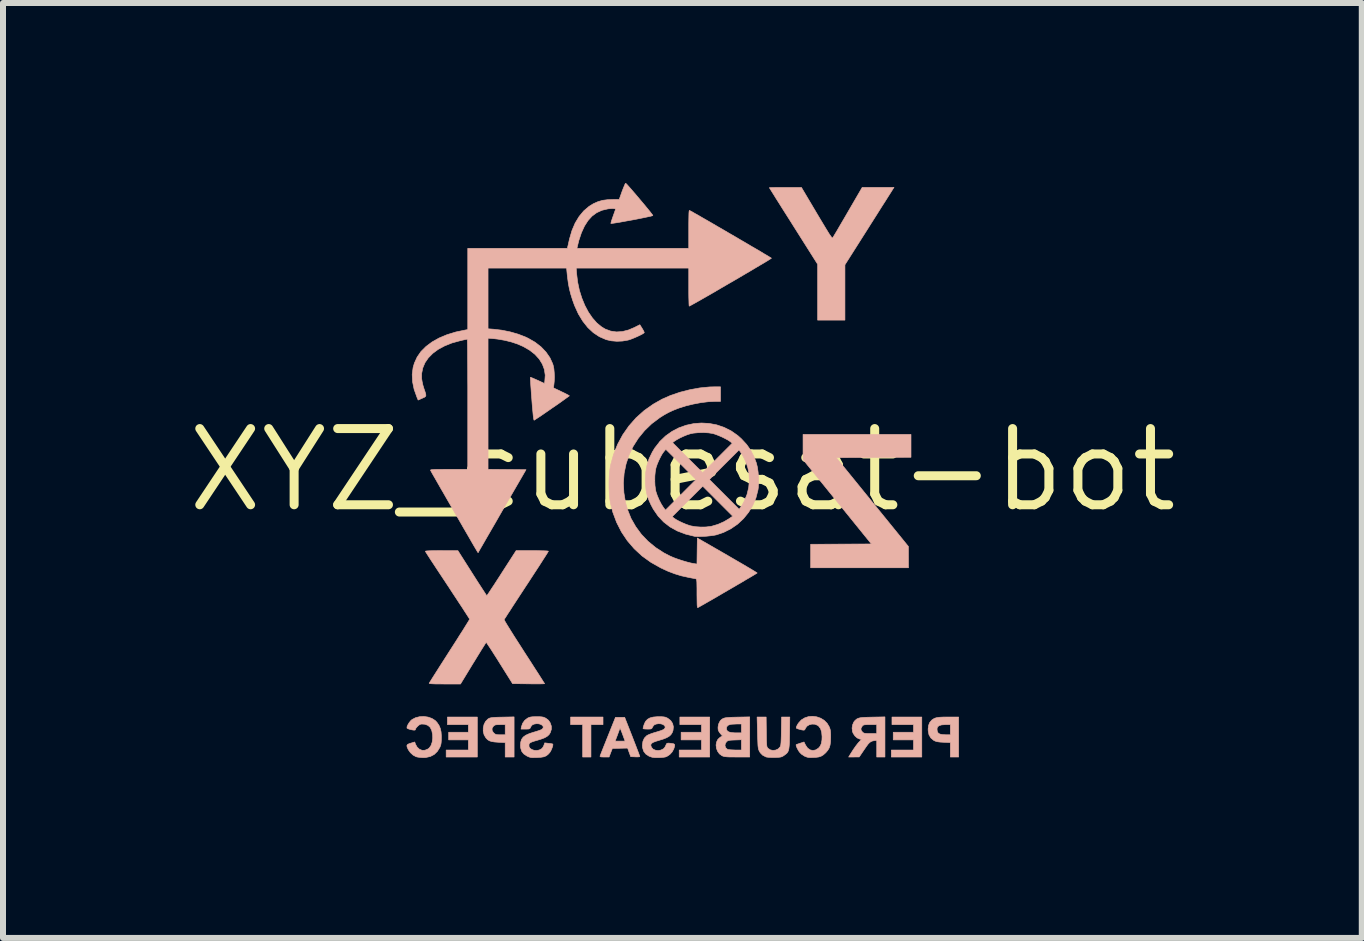
<source format=kicad_pcb>
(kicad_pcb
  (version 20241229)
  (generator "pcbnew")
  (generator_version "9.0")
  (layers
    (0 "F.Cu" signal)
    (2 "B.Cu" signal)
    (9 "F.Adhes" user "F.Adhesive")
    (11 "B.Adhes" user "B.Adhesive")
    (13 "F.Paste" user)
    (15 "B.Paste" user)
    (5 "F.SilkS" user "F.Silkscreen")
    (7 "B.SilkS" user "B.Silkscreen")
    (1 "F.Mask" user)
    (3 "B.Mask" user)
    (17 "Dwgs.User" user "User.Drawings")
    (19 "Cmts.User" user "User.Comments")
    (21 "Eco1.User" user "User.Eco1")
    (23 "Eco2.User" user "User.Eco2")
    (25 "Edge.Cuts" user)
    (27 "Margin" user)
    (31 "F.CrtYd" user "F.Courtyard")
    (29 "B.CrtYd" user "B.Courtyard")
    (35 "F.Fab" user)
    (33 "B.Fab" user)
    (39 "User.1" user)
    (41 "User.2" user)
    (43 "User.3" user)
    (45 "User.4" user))
  (footprint "XYZ_cubesat-bot"
    (layer "F.Cu")
    (at 8.323 4.783)
    (property "Reference" "XYZ_cubesat-bot" (at 0 0 0) (layer "F.SilkS") (effects (font (size 1.27 1.27) (thickness 0.15))))
    (attr through_hole board_only exclude_from_pos_files exclude_from_bom)
    (fp_poly (pts (xy -1.323 4.244) (xy -1.524 4.244) (xy -1.524 4.784) (xy -1.662 4.784) (xy -1.662 4.244) (xy -1.863 4.244) (xy -1.863 4.117) (xy -1.323 4.117) (xy -1.323 4.244)) (stroke (width 0.01) (type solid)) (fill yes) (layer "B.SilkS"))
    (fp_poly (pts (xy -3.418 4.784) (xy -3.937 4.784) (xy -3.937 4.667) (xy -3.567 4.667) (xy -3.567 4.498) (xy -3.895 4.498) (xy -3.895 4.371) (xy -3.567 4.371) (xy -3.567 4.244) (xy -3.916 4.244) (xy -3.916 4.117) (xy -3.418 4.117) (xy -3.418 4.784)) (stroke (width 0.01) (type solid)) (fill yes) (layer "B.SilkS"))
    (fp_poly (pts (xy 0.455 4.784) (xy -0.053 4.784) (xy -0.053 4.667) (xy 0.318 4.667) (xy 0.318 4.498) (xy -0.021 4.498) (xy -0.021 4.371) (xy 0.318 4.371) (xy 0.318 4.244) (xy -0.042 4.244) (xy -0.042 4.117) (xy 0.455 4.117) (xy 0.455 4.784)) (stroke (width 0.01) (type solid)) (fill yes) (layer "B.SilkS"))
    (fp_poly (pts (xy 3.81 -0.212) (xy 3.187 -0.209) (xy 2.564 -0.206) (xy 3.165 0.534) (xy 3.767 1.275) (xy 3.768 1.63) (xy 2.138 1.63) (xy 2.138 1.238) (xy 3.15 1.233) (xy 2.011 -0.173) (xy 2.011 -0.593) (xy 3.81 -0.593) (xy 3.81 -0.212)) (stroke (width 0.01) (type solid)) (fill yes) (layer "B.SilkS"))
    (fp_poly (pts (xy 3.99 4.784) (xy 3.482 4.784) (xy 3.482 4.667) (xy 3.852 4.667) (xy 3.852 4.498) (xy 3.514 4.498) (xy 3.514 4.371) (xy 3.852 4.371) (xy 3.852 4.244) (xy 3.493 4.244) (xy 3.493 4.117) (xy 3.99 4.117) (xy 3.99 4.784)) (stroke (width 0.01) (type solid)) (fill yes) (layer "B.SilkS"))
    (fp_poly (pts (xy 4.604 4.784) (xy 4.466 4.784) (xy 4.466 4.543) (xy 4.35 4.538) (xy 4.296 4.535) (xy 4.257 4.53) (xy 4.229 4.524) (xy 4.204 4.514) (xy 4.187 4.505) (xy 4.141 4.466) (xy 4.11 4.414) (xy 4.097 4.349) (xy 4.096 4.325) (xy 4.096 4.319) (xy 4.244 4.319) (xy 4.248 4.357) (xy 4.263 4.384) (xy 4.29 4.401) (xy 4.333 4.41) (xy 4.389 4.413) (xy 4.466 4.413) (xy 4.466 4.244) (xy 4.383 4.244) (xy 4.322 4.248) (xy 4.28 4.26) (xy 4.254 4.281) (xy 4.244 4.311) (xy 4.244 4.319) (xy 4.096 4.319) (xy 4.102 4.26) (xy 4.121 4.21) (xy 4.155 4.17) (xy 4.158 4.167) (xy 4.182 4.15) (xy 4.209 4.136) (xy 4.242 4.127) (xy 4.285 4.121) (xy 4.341 4.118) (xy 4.414 4.117) (xy 4.437 4.117) (xy 4.604 4.117) (xy 4.604 4.784)) (stroke (width 0.01) (type solid)) (fill yes) (layer "B.SilkS"))
    (fp_poly (pts (xy -2.805 4.784) (xy -2.953 4.784) (xy -2.953 4.543) (xy -3.067 4.538) (xy -3.132 4.533) (xy -3.181 4.525) (xy -3.217 4.513) (xy -3.247 4.494) (xy -3.273 4.467) (xy -3.274 4.466) (xy -3.304 4.416) (xy -3.319 4.359) (xy -3.319 4.338) (xy -3.172 4.338) (xy -3.152 4.374) (xy -3.144 4.382) (xy -3.126 4.398) (xy -3.109 4.407) (xy -3.086 4.412) (xy -3.05 4.413) (xy -3.033 4.413) (xy -2.953 4.413) (xy -2.953 4.244) (xy -3.038 4.244) (xy -3.082 4.245) (xy -3.11 4.247) (xy -3.129 4.254) (xy -3.145 4.266) (xy -3.149 4.27) (xy -3.171 4.303) (xy -3.172 4.338) (xy -3.319 4.338) (xy -3.319 4.299) (xy -3.306 4.241) (xy -3.28 4.19) (xy -3.241 4.151) (xy -3.225 4.141) (xy -3.209 4.134) (xy -3.187 4.129) (xy -3.157 4.125) (xy -3.115 4.122) (xy -3.057 4.12) (xy -2.998 4.119) (xy -2.805 4.115) (xy -2.805 4.784)) (stroke (width 0.01) (type solid)) (fill yes) (layer "B.SilkS"))
    (fp_poly (pts (xy -0.835 4.445) (xy -0.805 4.523) (xy -0.777 4.595) (xy -0.753 4.658) (xy -0.733 4.71) (xy -0.719 4.748) (xy -0.711 4.771) (xy -0.709 4.776) (xy -0.719 4.78) (xy -0.744 4.782) (xy -0.78 4.782) (xy -0.785 4.781) (xy -0.861 4.778) (xy -0.887 4.707) (xy -0.913 4.635) (xy -1.04 4.638) (xy -1.167 4.641) (xy -1.195 4.712) (xy -1.222 4.784) (xy -1.3 4.784) (xy -1.34 4.783) (xy -1.362 4.781) (xy -1.372 4.776) (xy -1.372 4.767) (xy -1.371 4.765) (xy -1.366 4.751) (xy -1.354 4.72) (xy -1.336 4.674) (xy -1.313 4.616) (xy -1.286 4.549) (xy -1.274 4.519) (xy -1.121 4.519) (xy -0.955 4.519) (xy -0.994 4.413) (xy -1.01 4.37) (xy -1.024 4.335) (xy -1.034 4.313) (xy -1.038 4.307) (xy -1.045 4.316) (xy -1.054 4.338) (xy -1.055 4.342) (xy -1.065 4.369) (xy -1.079 4.408) (xy -1.094 4.448) (xy -1.121 4.519) (xy -1.274 4.519) (xy -1.256 4.474) (xy -1.24 4.434) (xy -1.115 4.122) (xy -0.962 4.122) (xy -0.835 4.445)) (stroke (width 0.01) (type solid)) (fill yes) (layer "B.SilkS"))
    (fp_poly (pts (xy 3.511 -4.686) (xy 3.503 -4.673) (xy 3.485 -4.644) (xy 3.457 -4.6) (xy 3.421 -4.543) (xy 3.377 -4.473) (xy 3.326 -4.394) (xy 3.27 -4.305) (xy 3.21 -4.21) (xy 3.145 -4.108) (xy 3.103 -4.041) (xy 2.709 -3.42) (xy 2.709 -2.498) (xy 2.254 -2.498) (xy 2.254 -3.429) (xy 1.852 -4.065) (xy 1.786 -4.17) (xy 1.723 -4.269) (xy 1.664 -4.362) (xy 1.611 -4.447) (xy 1.563 -4.522) (xy 1.523 -4.587) (xy 1.491 -4.638) (xy 1.467 -4.676) (xy 1.453 -4.699) (xy 1.45 -4.705) (xy 1.46 -4.706) (xy 1.488 -4.707) (xy 1.532 -4.708) (xy 1.589 -4.709) (xy 1.656 -4.709) (xy 1.717 -4.709) (xy 1.984 -4.709) (xy 2.238 -4.281) (xy 2.298 -4.18) (xy 2.348 -4.097) (xy 2.389 -4.029) (xy 2.422 -3.975) (xy 2.448 -3.933) (xy 2.468 -3.904) (xy 2.483 -3.884) (xy 2.493 -3.872) (xy 2.5 -3.868) (xy 2.505 -3.869) (xy 2.506 -3.87) (xy 2.514 -3.883) (xy 2.531 -3.912) (xy 2.557 -3.955) (xy 2.59 -4.011) (xy 2.629 -4.078) (xy 2.673 -4.153) (xy 2.721 -4.235) (xy 2.758 -4.299) (xy 2.997 -4.71) (xy 3.527 -4.71) (xy 3.511 -4.686)) (stroke (width 0.01) (type solid)) (fill yes) (layer "B.SilkS"))
    (fp_poly (pts (xy 1.399 4.365) (xy 1.4 4.443) (xy 1.401 4.504) (xy 1.403 4.549) (xy 1.405 4.581) (xy 1.408 4.603) (xy 1.412 4.618) (xy 1.418 4.628) (xy 1.425 4.637) (xy 1.427 4.639) (xy 1.464 4.664) (xy 1.508 4.674) (xy 1.555 4.668) (xy 1.596 4.649) (xy 1.626 4.618) (xy 1.633 4.606) (xy 1.638 4.591) (xy 1.641 4.569) (xy 1.644 4.537) (xy 1.646 4.493) (xy 1.648 4.433) (xy 1.649 4.356) (xy 1.649 4.353) (xy 1.653 4.117) (xy 1.79 4.117) (xy 1.787 4.384) (xy 1.785 4.474) (xy 1.784 4.545) (xy 1.78 4.6) (xy 1.775 4.642) (xy 1.768 4.674) (xy 1.757 4.699) (xy 1.742 4.719) (xy 1.723 4.736) (xy 1.698 4.754) (xy 1.695 4.757) (xy 1.673 4.771) (xy 1.653 4.78) (xy 1.63 4.786) (xy 1.598 4.789) (xy 1.551 4.791) (xy 1.537 4.791) (xy 1.484 4.791) (xy 1.438 4.789) (xy 1.404 4.785) (xy 1.392 4.782) (xy 1.337 4.753) (xy 1.298 4.713) (xy 1.281 4.684) (xy 1.274 4.668) (xy 1.268 4.65) (xy 1.264 4.628) (xy 1.26 4.598) (xy 1.258 4.558) (xy 1.256 4.505) (xy 1.253 4.436) (xy 1.252 4.377) (xy 1.245 4.117) (xy 1.396 4.117) (xy 1.399 4.365)) (stroke (width 0.01) (type solid)) (fill yes) (layer "B.SilkS"))
    (fp_poly (pts (xy 3.376 4.784) (xy 3.239 4.784) (xy 3.239 4.506) (xy 3.196 4.511) (xy 3.167 4.517) (xy 3.143 4.527) (xy 3.12 4.543) (xy 3.095 4.569) (xy 3.066 4.608) (xy 3.029 4.662) (xy 3.026 4.666) (xy 2.947 4.783) (xy 2.771 4.784) (xy 2.795 4.744) (xy 2.847 4.662) (xy 2.894 4.595) (xy 2.935 4.543) (xy 2.944 4.534) (xy 2.986 4.49) (xy 2.954 4.484) (xy 2.913 4.466) (xy 2.876 4.433) (xy 2.847 4.39) (xy 2.834 4.358) (xy 2.829 4.305) (xy 2.977 4.305) (xy 2.978 4.336) (xy 3 4.366) (xy 3 4.366) (xy 3.013 4.378) (xy 3.028 4.386) (xy 3.049 4.39) (xy 3.082 4.392) (xy 3.13 4.392) (xy 3.132 4.392) (xy 3.239 4.392) (xy 3.239 4.244) (xy 3.128 4.244) (xy 3.079 4.244) (xy 3.045 4.246) (xy 3.024 4.249) (xy 3.011 4.256) (xy 3 4.266) (xy 2.996 4.272) (xy 2.977 4.305) (xy 2.829 4.305) (xy 2.828 4.302) (xy 2.837 4.247) (xy 2.858 4.199) (xy 2.871 4.182) (xy 2.891 4.163) (xy 2.91 4.148) (xy 2.933 4.138) (xy 2.962 4.13) (xy 3.001 4.125) (xy 3.053 4.122) (xy 3.121 4.12) (xy 3.167 4.119) (xy 3.376 4.115) (xy 3.376 4.784)) (stroke (width 0.01) (type solid)) (fill yes) (layer "B.SilkS"))
    (fp_poly (pts (xy -4.239 4.118) (xy -4.174 4.141) (xy -4.119 4.176) (xy -4.09 4.207) (xy -4.056 4.257) (xy -4.035 4.307) (xy -4.022 4.364) (xy -4.017 4.433) (xy -4.017 4.456) (xy -4.018 4.51) (xy -4.021 4.55) (xy -4.027 4.582) (xy -4.037 4.61) (xy -4.041 4.62) (xy -4.083 4.689) (xy -4.136 4.741) (xy -4.201 4.775) (xy -4.278 4.792) (xy -4.318 4.794) (xy -4.364 4.791) (xy -4.407 4.786) (xy -4.438 4.779) (xy -4.488 4.752) (xy -4.533 4.711) (xy -4.568 4.662) (xy -4.573 4.651) (xy -4.589 4.614) (xy -4.591 4.59) (xy -4.579 4.573) (xy -4.55 4.56) (xy -4.527 4.553) (xy -4.461 4.533) (xy -4.448 4.571) (xy -4.42 4.62) (xy -4.383 4.654) (xy -4.338 4.672) (xy -4.291 4.671) (xy -4.243 4.651) (xy -4.218 4.632) (xy -4.189 4.591) (xy -4.17 4.535) (xy -4.161 4.469) (xy -4.163 4.411) (xy -4.177 4.342) (xy -4.202 4.291) (xy -4.24 4.257) (xy -4.29 4.238) (xy -4.311 4.236) (xy -4.346 4.234) (xy -4.37 4.239) (xy -4.392 4.253) (xy -4.406 4.265) (xy -4.429 4.288) (xy -4.443 4.307) (xy -4.445 4.313) (xy -4.452 4.331) (xy -4.456 4.334) (xy -4.473 4.336) (xy -4.502 4.332) (xy -4.535 4.325) (xy -4.566 4.315) (xy -4.586 4.305) (xy -4.59 4.3) (xy -4.589 4.279) (xy -4.576 4.248) (xy -4.555 4.213) (xy -4.53 4.181) (xy -4.507 4.16) (xy -4.448 4.129) (xy -4.381 4.112) (xy -4.31 4.108) (xy -4.239 4.118)) (stroke (width 0.01) (type solid)) (fill yes) (layer "B.SilkS"))
    (fp_poly (pts (xy 1.122 4.784) (xy 0.913 4.784) (xy 0.84 4.783) (xy 0.784 4.783) (xy 0.744 4.781) (xy 0.714 4.778) (xy 0.692 4.774) (xy 0.674 4.768) (xy 0.661 4.763) (xy 0.617 4.731) (xy 0.586 4.687) (xy 0.567 4.637) (xy 0.563 4.596) (xy 0.71 4.596) (xy 0.722 4.629) (xy 0.748 4.653) (xy 0.755 4.657) (xy 0.775 4.661) (xy 0.811 4.664) (xy 0.855 4.666) (xy 0.881 4.667) (xy 0.984 4.667) (xy 0.984 4.496) (xy 0.874 4.5) (xy 0.823 4.502) (xy 0.788 4.505) (xy 0.765 4.51) (xy 0.749 4.518) (xy 0.736 4.529) (xy 0.715 4.561) (xy 0.71 4.596) (xy 0.563 4.596) (xy 0.561 4.585) (xy 0.57 4.534) (xy 0.592 4.489) (xy 0.629 4.455) (xy 0.632 4.453) (xy 0.667 4.432) (xy 0.635 4.396) (xy 0.614 4.368) (xy 0.599 4.34) (xy 0.597 4.333) (xy 0.595 4.312) (xy 0.733 4.312) (xy 0.735 4.323) (xy 0.748 4.348) (xy 0.774 4.366) (xy 0.816 4.376) (xy 0.875 4.381) (xy 0.892 4.381) (xy 0.984 4.381) (xy 0.984 4.233) (xy 0.913 4.233) (xy 0.869 4.235) (xy 0.827 4.237) (xy 0.801 4.24) (xy 0.763 4.254) (xy 0.739 4.28) (xy 0.733 4.312) (xy 0.595 4.312) (xy 0.594 4.286) (xy 0.603 4.235) (xy 0.624 4.192) (xy 0.624 4.191) (xy 0.641 4.169) (xy 0.66 4.153) (xy 0.682 4.14) (xy 0.712 4.131) (xy 0.751 4.126) (xy 0.805 4.122) (xy 0.874 4.12) (xy 0.918 4.119) (xy 1.122 4.115) (xy 1.122 4.784)) (stroke (width 0.01) (type solid)) (fill yes) (layer "B.SilkS"))
    (fp_poly (pts (xy 2.239 4.114) (xy 2.305 4.137) (xy 2.364 4.173) (xy 2.413 4.223) (xy 2.446 4.278) (xy 2.457 4.306) (xy 2.465 4.333) (xy 2.469 4.365) (xy 2.471 4.408) (xy 2.471 4.456) (xy 2.469 4.529) (xy 2.461 4.586) (xy 2.447 4.632) (xy 2.423 4.672) (xy 2.39 4.711) (xy 2.388 4.713) (xy 2.35 4.747) (xy 2.314 4.769) (xy 2.273 4.783) (xy 2.22 4.79) (xy 2.185 4.791) (xy 2.137 4.793) (xy 2.102 4.791) (xy 2.075 4.785) (xy 2.047 4.774) (xy 2.035 4.769) (xy 1.983 4.735) (xy 1.949 4.699) (xy 1.93 4.669) (xy 1.913 4.637) (xy 1.9 4.607) (xy 1.895 4.585) (xy 1.896 4.578) (xy 1.907 4.573) (xy 1.933 4.564) (xy 1.963 4.554) (xy 2.027 4.533) (xy 2.053 4.586) (xy 2.086 4.634) (xy 2.127 4.664) (xy 2.173 4.675) (xy 2.22 4.666) (xy 2.267 4.637) (xy 2.269 4.635) (xy 2.297 4.602) (xy 2.316 4.558) (xy 2.326 4.501) (xy 2.328 4.444) (xy 2.321 4.368) (xy 2.302 4.31) (xy 2.27 4.268) (xy 2.252 4.255) (xy 2.207 4.237) (xy 2.159 4.235) (xy 2.113 4.247) (xy 2.075 4.271) (xy 2.05 4.306) (xy 2.049 4.309) (xy 2.042 4.325) (xy 2.033 4.334) (xy 2.017 4.336) (xy 1.99 4.332) (xy 1.948 4.321) (xy 1.934 4.317) (xy 1.908 4.309) (xy 1.898 4.298) (xy 1.9 4.283) (xy 1.91 4.26) (xy 1.927 4.23) (xy 1.935 4.218) (xy 1.982 4.166) (xy 2.039 4.131) (xy 2.103 4.11) (xy 2.171 4.105) (xy 2.239 4.114)) (stroke (width 0.01) (type solid)) (fill yes) (layer "B.SilkS"))
    (fp_poly (pts (xy -2.378 4.112) (xy -2.342 4.115) (xy -2.315 4.12) (xy -2.291 4.13) (xy -2.275 4.138) (xy -2.231 4.172) (xy -2.204 4.212) (xy -2.184 4.269) (xy -2.184 4.323) (xy -2.202 4.378) (xy -2.223 4.411) (xy -2.254 4.439) (xy -2.296 4.463) (xy -2.354 4.485) (xy -2.412 4.503) (xy -2.468 4.519) (xy -2.506 4.532) (xy -2.531 4.543) (xy -2.546 4.554) (xy -2.554 4.567) (xy -2.557 4.578) (xy -2.556 4.611) (xy -2.539 4.639) (xy -2.509 4.659) (xy -2.471 4.672) (xy -2.428 4.675) (xy -2.386 4.667) (xy -2.347 4.647) (xy -2.346 4.646) (xy -2.324 4.621) (xy -2.308 4.589) (xy -2.307 4.586) (xy -2.294 4.548) (xy -2.229 4.556) (xy -2.194 4.56) (xy -2.169 4.565) (xy -2.16 4.568) (xy -2.158 4.582) (xy -2.164 4.61) (xy -2.176 4.643) (xy -2.191 4.677) (xy -2.207 4.704) (xy -2.211 4.71) (xy -2.241 4.742) (xy -2.272 4.765) (xy -2.309 4.78) (xy -2.357 4.788) (xy -2.421 4.792) (xy -2.424 4.792) (xy -2.475 4.793) (xy -2.51 4.793) (xy -2.537 4.789) (xy -2.561 4.781) (xy -2.587 4.769) (xy -2.593 4.766) (xy -2.645 4.731) (xy -2.678 4.689) (xy -2.695 4.634) (xy -2.699 4.589) (xy -2.694 4.534) (xy -2.68 4.489) (xy -2.653 4.452) (xy -2.611 4.421) (xy -2.552 4.394) (xy -2.475 4.369) (xy -2.474 4.369) (xy -2.427 4.355) (xy -2.385 4.341) (xy -2.354 4.329) (xy -2.342 4.323) (xy -2.322 4.302) (xy -2.319 4.28) (xy -2.331 4.259) (xy -2.356 4.242) (xy -2.389 4.231) (xy -2.428 4.228) (xy -2.467 4.234) (xy -2.5 4.247) (xy -2.521 4.271) (xy -2.527 4.281) (xy -2.536 4.301) (xy -2.547 4.312) (xy -2.565 4.317) (xy -2.594 4.318) (xy -2.617 4.318) (xy -2.689 4.318) (xy -2.682 4.278) (xy -2.662 4.221) (xy -2.627 4.172) (xy -2.58 4.136) (xy -2.555 4.124) (xy -2.529 4.117) (xy -2.496 4.113) (xy -2.45 4.112) (xy -2.429 4.112) (xy -2.378 4.112)) (stroke (width 0.01) (type solid)) (fill yes) (layer "B.SilkS"))
    (fp_poly (pts (xy -0.346 4.112) (xy -0.31 4.115) (xy -0.283 4.12) (xy -0.26 4.13) (xy -0.244 4.138) (xy -0.195 4.176) (xy -0.163 4.225) (xy -0.15 4.28) (xy -0.156 4.34) (xy -0.17 4.378) (xy -0.192 4.412) (xy -0.222 4.439) (xy -0.265 4.463) (xy -0.323 4.486) (xy -0.379 4.503) (xy -0.442 4.522) (xy -0.486 4.539) (xy -0.513 4.556) (xy -0.525 4.575) (xy -0.525 4.597) (xy -0.514 4.624) (xy -0.488 4.653) (xy -0.45 4.67) (xy -0.404 4.676) (xy -0.358 4.668) (xy -0.317 4.648) (xy -0.314 4.646) (xy -0.292 4.621) (xy -0.276 4.589) (xy -0.275 4.588) (xy -0.267 4.567) (xy -0.256 4.556) (xy -0.238 4.552) (xy -0.207 4.554) (xy -0.176 4.558) (xy -0.147 4.563) (xy -0.131 4.573) (xy -0.128 4.591) (xy -0.135 4.622) (xy -0.144 4.649) (xy -0.17 4.698) (xy -0.21 4.742) (xy -0.257 4.773) (xy -0.282 4.783) (xy -0.312 4.788) (xy -0.355 4.792) (xy -0.403 4.794) (xy -0.413 4.794) (xy -0.464 4.793) (xy -0.503 4.788) (xy -0.537 4.777) (xy -0.557 4.769) (xy -0.61 4.734) (xy -0.646 4.687) (xy -0.664 4.628) (xy -0.667 4.589) (xy -0.658 4.523) (xy -0.634 4.469) (xy -0.594 4.428) (xy -0.586 4.423) (xy -0.559 4.41) (xy -0.518 4.394) (xy -0.47 4.378) (xy -0.442 4.37) (xy -0.395 4.356) (xy -0.353 4.342) (xy -0.322 4.329) (xy -0.311 4.324) (xy -0.29 4.302) (xy -0.287 4.28) (xy -0.299 4.259) (xy -0.323 4.242) (xy -0.356 4.231) (xy -0.396 4.228) (xy -0.435 4.234) (xy -0.468 4.247) (xy -0.489 4.271) (xy -0.495 4.281) (xy -0.505 4.301) (xy -0.515 4.312) (xy -0.533 4.317) (xy -0.563 4.318) (xy -0.584 4.318) (xy -0.62 4.317) (xy -0.646 4.314) (xy -0.656 4.31) (xy -0.656 4.31) (xy -0.651 4.284) (xy -0.64 4.248) (xy -0.625 4.212) (xy -0.612 4.188) (xy -0.581 4.155) (xy -0.54 4.132) (xy -0.487 4.118) (xy -0.419 4.112) (xy -0.397 4.112) (xy -0.346 4.112)) (stroke (width 0.01) (type solid)) (fill yes) (layer "B.SilkS"))
    (fp_poly (pts (xy 0.635 -1.143) (xy 0.545 -1.143) (xy 0.434 -1.138) (xy 0.311 -1.123) (xy 0.184 -1.099) (xy 0.06 -1.069) (xy -0.055 -1.033) (xy -0.085 -1.022) (xy -0.169 -0.988) (xy -0.24 -0.954) (xy -0.308 -0.916) (xy -0.376 -0.873) (xy -0.512 -0.771) (xy -0.631 -0.656) (xy -0.734 -0.53) (xy -0.82 -0.395) (xy -0.889 -0.251) (xy -0.939 -0.1) (xy -0.971 0.056) (xy -0.983 0.216) (xy -0.975 0.379) (xy -0.948 0.542) (xy -0.914 0.661) (xy -0.856 0.807) (xy -0.778 0.944) (xy -0.684 1.072) (xy -0.573 1.188) (xy -0.447 1.292) (xy -0.308 1.382) (xy -0.205 1.435) (xy -0.145 1.461) (xy -0.074 1.487) (xy 0.002 1.512) (xy 0.077 1.534) (xy 0.144 1.551) (xy 0.193 1.56) (xy 0.243 1.568) (xy 0.246 1.351) (xy 0.249 1.134) (xy 0.748 1.421) (xy 0.842 1.476) (xy 0.93 1.527) (xy 1.011 1.574) (xy 1.082 1.616) (xy 1.143 1.652) (xy 1.191 1.681) (xy 1.225 1.702) (xy 1.243 1.714) (xy 1.246 1.717) (xy 1.237 1.723) (xy 1.211 1.739) (xy 1.171 1.763) (xy 1.119 1.794) (xy 1.057 1.83) (xy 0.987 1.872) (xy 0.911 1.916) (xy 0.831 1.963) (xy 0.748 2.011) (xy 0.666 2.059) (xy 0.586 2.106) (xy 0.51 2.15) (xy 0.44 2.19) (xy 0.379 2.225) (xy 0.328 2.254) (xy 0.289 2.276) (xy 0.264 2.29) (xy 0.257 2.294) (xy 0.252 2.291) (xy 0.249 2.278) (xy 0.246 2.252) (xy 0.245 2.212) (xy 0.244 2.154) (xy 0.243 2.079) (xy 0.243 2.059) (xy 0.243 1.977) (xy 0.242 1.915) (xy 0.241 1.869) (xy 0.238 1.839) (xy 0.234 1.822) (xy 0.23 1.816) (xy 0.215 1.812) (xy 0.184 1.806) (xy 0.141 1.798) (xy 0.101 1.79) (xy -0.017 1.764) (xy -0.128 1.73) (xy -0.241 1.687) (xy -0.362 1.631) (xy -0.365 1.629) (xy -0.526 1.538) (xy -0.672 1.433) (xy -0.802 1.313) (xy -0.917 1.179) (xy -1.015 1.033) (xy -1.096 0.874) (xy -1.16 0.703) (xy -1.198 0.558) (xy -1.21 0.483) (xy -1.218 0.394) (xy -1.223 0.296) (xy -1.223 0.195) (xy -1.219 0.096) (xy -1.211 0.006) (xy -1.199 -0.07) (xy -1.198 -0.077) (xy -1.148 -0.258) (xy -1.079 -0.429) (xy -0.993 -0.588) (xy -0.89 -0.735) (xy -0.771 -0.87) (xy -0.636 -0.991) (xy -0.485 -1.097) (xy -0.339 -1.18) (xy -0.196 -1.243) (xy -0.039 -1.296) (xy 0.125 -1.338) (xy 0.291 -1.368) (xy 0.452 -1.384) (xy 0.535 -1.386) (xy 0.635 -1.386) (xy 0.635 -1.143)) (stroke (width 0.01) (type solid)) (fill yes) (layer "B.SilkS"))
    (fp_poly (pts (xy -2.423 1.344) (xy -2.354 1.346) (xy -2.299 1.347) (xy -2.259 1.349) (xy -2.237 1.352) (xy -2.233 1.354) (xy -2.239 1.364) (xy -2.255 1.391) (xy -2.281 1.432) (xy -2.316 1.486) (xy -2.358 1.552) (xy -2.407 1.628) (xy -2.462 1.712) (xy -2.522 1.804) (xy -2.585 1.901) (xy -2.6 1.923) (xy -2.664 2.021) (xy -2.725 2.114) (xy -2.781 2.2) (xy -2.832 2.278) (xy -2.876 2.347) (xy -2.914 2.404) (xy -2.942 2.449) (xy -2.962 2.479) (xy -2.97 2.494) (xy -2.971 2.494) (xy -2.966 2.505) (xy -2.951 2.532) (xy -2.926 2.574) (xy -2.892 2.629) (xy -2.851 2.695) (xy -2.804 2.77) (xy -2.75 2.854) (xy -2.692 2.944) (xy -2.636 3.032) (xy -2.575 3.126) (xy -2.517 3.216) (xy -2.464 3.299) (xy -2.416 3.373) (xy -2.375 3.437) (xy -2.342 3.489) (xy -2.317 3.529) (xy -2.301 3.553) (xy -2.297 3.561) (xy -2.307 3.563) (xy -2.335 3.564) (xy -2.379 3.565) (xy -2.436 3.565) (xy -2.502 3.565) (xy -2.563 3.564) (xy -2.83 3.561) (xy -3.047 3.215) (xy -3.095 3.138) (xy -3.14 3.068) (xy -3.18 3.005) (xy -3.214 2.953) (xy -3.242 2.912) (xy -3.26 2.885) (xy -3.27 2.874) (xy -3.27 2.873) (xy -3.277 2.883) (xy -3.294 2.909) (xy -3.319 2.949) (xy -3.352 3.001) (xy -3.39 3.063) (xy -3.433 3.133) (xy -3.48 3.21) (xy -3.488 3.222) (xy -3.698 3.567) (xy -3.962 3.567) (xy -4.046 3.566) (xy -4.111 3.566) (xy -4.16 3.564) (xy -4.192 3.562) (xy -4.212 3.559) (xy -4.22 3.556) (xy -4.22 3.553) (xy -4.213 3.542) (xy -4.196 3.515) (xy -4.17 3.473) (xy -4.135 3.418) (xy -4.093 3.352) (xy -4.045 3.276) (xy -3.991 3.192) (xy -3.933 3.101) (xy -3.88 3.018) (xy -3.819 2.923) (xy -3.762 2.834) (xy -3.71 2.751) (xy -3.662 2.677) (xy -3.622 2.612) (xy -3.589 2.559) (xy -3.565 2.52) (xy -3.55 2.495) (xy -3.545 2.487) (xy -3.551 2.477) (xy -3.568 2.45) (xy -3.594 2.41) (xy -3.629 2.356) (xy -3.671 2.29) (xy -3.721 2.215) (xy -3.776 2.131) (xy -3.836 2.04) (xy -3.899 1.943) (xy -3.912 1.924) (xy -3.976 1.827) (xy -4.037 1.735) (xy -4.094 1.649) (xy -4.145 1.571) (xy -4.19 1.503) (xy -4.227 1.446) (xy -4.255 1.402) (xy -4.274 1.372) (xy -4.283 1.358) (xy -4.283 1.358) (xy -4.281 1.353) (xy -4.269 1.35) (xy -4.245 1.348) (xy -4.208 1.346) (xy -4.155 1.345) (xy -4.085 1.344) (xy -4.015 1.344) (xy -3.741 1.345) (xy -3.503 1.72) (xy -3.452 1.8) (xy -3.405 1.874) (xy -3.362 1.94) (xy -3.325 1.997) (xy -3.295 2.043) (xy -3.274 2.075) (xy -3.262 2.093) (xy -3.26 2.095) (xy -3.253 2.086) (xy -3.236 2.062) (xy -3.21 2.023) (xy -3.177 1.972) (xy -3.136 1.911) (xy -3.091 1.841) (xy -3.041 1.764) (xy -3.013 1.72) (xy -2.771 1.344) (xy -2.502 1.344) (xy -2.423 1.344)) (stroke (width 0.01) (type solid)) (fill yes) (layer "B.SilkS"))
    (fp_poly (pts (xy 0.445 -0.776) (xy 0.572 -0.752) (xy 0.695 -0.71) (xy 0.813 -0.651) (xy 0.923 -0.574) (xy 0.984 -0.519) (xy 1.07 -0.426) (xy 1.138 -0.33) (xy 1.192 -0.225) (xy 1.233 -0.116) (xy 1.25 -0.047) (xy 1.262 0.036) (xy 1.269 0.125) (xy 1.27 0.214) (xy 1.265 0.295) (xy 1.26 0.332) (xy 1.226 0.465) (xy 1.173 0.59) (xy 1.103 0.706) (xy 1.018 0.811) (xy 0.919 0.903) (xy 0.807 0.98) (xy 0.685 1.041) (xy 0.566 1.081) (xy 0.521 1.09) (xy 0.464 1.097) (xy 0.399 1.104) (xy 0.334 1.107) (xy 0.274 1.109) (xy 0.225 1.108) (xy 0.201 1.105) (xy 0.051 1.068) (xy -0.085 1.016) (xy -0.206 0.949) (xy -0.313 0.866) (xy -0.396 0.778) (xy -0.17 0.778) (xy -0.141 0.802) (xy -0.104 0.827) (xy -0.054 0.854) (xy 0.005 0.882) (xy 0.065 0.907) (xy 0.121 0.926) (xy 0.138 0.931) (xy 0.215 0.945) (xy 0.303 0.951) (xy 0.392 0.95) (xy 0.474 0.94) (xy 0.489 0.937) (xy 0.591 0.907) (xy 0.693 0.862) (xy 0.771 0.816) (xy 0.839 0.77) (xy 0.339 0.27) (xy 0.084 0.524) (xy -0.17 0.778) (xy -0.396 0.778) (xy -0.406 0.767) (xy -0.485 0.652) (xy -0.525 0.577) (xy -0.563 0.492) (xy -0.59 0.413) (xy -0.606 0.334) (xy -0.615 0.248) (xy -0.617 0.179) (xy -0.46 0.179) (xy -0.457 0.257) (xy -0.448 0.325) (xy -0.441 0.36) (xy -0.418 0.428) (xy -0.387 0.5) (xy -0.352 0.568) (xy -0.317 0.623) (xy -0.282 0.669) (xy 0.227 0.159) (xy 0.227 0.159) (xy 0.45 0.159) (xy 0.698 0.407) (xy 0.946 0.655) (xy 0.971 0.621) (xy 0.989 0.595) (xy 1.011 0.557) (xy 1.033 0.516) (xy 1.033 0.515) (xy 1.077 0.408) (xy 1.105 0.293) (xy 1.116 0.174) (xy 1.11 0.058) (xy 1.091 -0.036) (xy 1.073 -0.092) (xy 1.048 -0.153) (xy 1.019 -0.214) (xy 0.989 -0.268) (xy 0.963 -0.307) (xy 0.943 -0.333) (xy 0.696 -0.087) (xy 0.45 0.159) (xy 0.227 0.159) (xy -0.024 -0.093) (xy -0.276 -0.344) (xy -0.308 -0.307) (xy -0.335 -0.27) (xy -0.364 -0.218) (xy -0.393 -0.159) (xy -0.419 -0.098) (xy -0.438 -0.042) (xy -0.441 -0.032) (xy -0.452 0.028) (xy -0.459 0.101) (xy -0.46 0.179) (xy -0.617 0.179) (xy -0.617 0.169) (xy -0.611 0.039) (xy -0.59 -0.08) (xy -0.554 -0.191) (xy -0.501 -0.299) (xy -0.46 -0.367) (xy -0.39 -0.456) (xy -0.164 -0.456) (xy 0.085 -0.207) (xy 0.144 -0.147) (xy 0.199 -0.093) (xy 0.247 -0.045) (xy 0.287 -0.006) (xy 0.316 0.022) (xy 0.334 0.039) (xy 0.339 0.042) (xy 0.347 0.035) (xy 0.369 0.015) (xy 0.402 -0.017) (xy 0.444 -0.059) (xy 0.494 -0.109) (xy 0.55 -0.165) (xy 0.587 -0.202) (xy 0.831 -0.446) (xy 0.799 -0.472) (xy 0.766 -0.495) (xy 0.718 -0.521) (xy 0.662 -0.549) (xy 0.604 -0.574) (xy 0.549 -0.595) (xy 0.507 -0.608) (xy 0.435 -0.619) (xy 0.352 -0.624) (xy 0.265 -0.622) (xy 0.183 -0.614) (xy 0.134 -0.604) (xy 0.08 -0.587) (xy 0.019 -0.562) (xy -0.043 -0.533) (xy -0.097 -0.503) (xy -0.138 -0.476) (xy -0.164 -0.456) (xy -0.39 -0.456) (xy -0.376 -0.475) (xy -0.28 -0.567) (xy -0.173 -0.643) (xy -0.058 -0.703) (xy 0.063 -0.746) (xy 0.189 -0.773) (xy 0.317 -0.783) (xy 0.445 -0.776)) (stroke (width 0.01) (type solid)) (fill yes) (layer "B.SilkS"))
    (fp_poly (pts (xy -0.936 -4.771) (xy -0.915 -4.749) (xy -0.885 -4.715) (xy -0.847 -4.672) (xy -0.804 -4.622) (xy -0.757 -4.567) (xy -0.709 -4.51) (xy -0.661 -4.453) (xy -0.615 -4.398) (xy -0.574 -4.348) (xy -0.539 -4.305) (xy -0.513 -4.271) (xy -0.496 -4.249) (xy -0.492 -4.241) (xy -0.502 -4.237) (xy -0.53 -4.229) (xy -0.573 -4.22) (xy -0.628 -4.208) (xy -0.692 -4.195) (xy -0.762 -4.181) (xy -0.835 -4.167) (xy -0.909 -4.154) (xy -0.98 -4.141) (xy -1.045 -4.129) (xy -1.102 -4.12) (xy -1.147 -4.113) (xy -1.178 -4.109) (xy -1.191 -4.109) (xy -1.192 -4.109) (xy -1.19 -4.12) (xy -1.183 -4.147) (xy -1.17 -4.186) (xy -1.154 -4.232) (xy -1.112 -4.35) (xy -1.138 -4.356) (xy -1.162 -4.358) (xy -1.198 -4.356) (xy -1.241 -4.352) (xy -1.245 -4.351) (xy -1.342 -4.328) (xy -1.429 -4.288) (xy -1.506 -4.231) (xy -1.573 -4.157) (xy -1.632 -4.065) (xy -1.683 -3.954) (xy -1.726 -3.825) (xy -1.751 -3.723) (xy -1.757 -3.694) (xy 0.106 -3.694) (xy 0.106 -4.012) (xy 0.106 -4.106) (xy 0.107 -4.181) (xy 0.108 -4.238) (xy 0.109 -4.279) (xy 0.111 -4.306) (xy 0.114 -4.321) (xy 0.118 -4.326) (xy 0.119 -4.326) (xy 0.133 -4.318) (xy 0.164 -4.302) (xy 0.208 -4.276) (xy 0.266 -4.244) (xy 0.334 -4.204) (xy 0.411 -4.16) (xy 0.496 -4.111) (xy 0.586 -4.058) (xy 0.68 -4.004) (xy 0.777 -3.947) (xy 0.874 -3.891) (xy 0.969 -3.835) (xy 1.062 -3.781) (xy 1.149 -3.729) (xy 1.231 -3.682) (xy 1.304 -3.639) (xy 1.366 -3.601) (xy 1.418 -3.571) (xy 1.455 -3.548) (xy 1.478 -3.534) (xy 1.484 -3.53) (xy 1.475 -3.523) (xy 1.45 -3.507) (xy 1.41 -3.482) (xy 1.357 -3.45) (xy 1.292 -3.412) (xy 1.218 -3.368) (xy 1.136 -3.319) (xy 1.047 -3.267) (xy 0.954 -3.212) (xy 0.858 -3.156) (xy 0.761 -3.1) (xy 0.665 -3.044) (xy 0.571 -2.989) (xy 0.482 -2.937) (xy 0.398 -2.889) (xy 0.321 -2.845) (xy 0.254 -2.807) (xy 0.199 -2.776) (xy 0.155 -2.752) (xy 0.127 -2.736) (xy 0.114 -2.731) (xy 0.114 -2.731) (xy 0.112 -2.741) (xy 0.11 -2.769) (xy 0.109 -2.814) (xy 0.107 -2.872) (xy 0.106 -2.941) (xy 0.106 -3.018) (xy 0.106 -3.048) (xy 0.106 -3.365) (xy -1.77 -3.365) (xy -1.763 -3.273) (xy -1.746 -3.132) (xy -1.717 -2.995) (xy -1.676 -2.865) (xy -1.626 -2.743) (xy -1.567 -2.632) (xy -1.5 -2.534) (xy -1.427 -2.451) (xy -1.348 -2.386) (xy -1.287 -2.349) (xy -1.195 -2.315) (xy -1.1 -2.301) (xy -1.002 -2.307) (xy -0.899 -2.333) (xy -0.802 -2.374) (xy -0.709 -2.421) (xy -0.672 -2.362) (xy -0.653 -2.33) (xy -0.64 -2.304) (xy -0.635 -2.291) (xy -0.644 -2.281) (xy -0.669 -2.265) (xy -0.706 -2.246) (xy -0.75 -2.225) (xy -0.798 -2.204) (xy -0.845 -2.185) (xy -0.887 -2.17) (xy -0.91 -2.164) (xy -0.998 -2.149) (xy -1.092 -2.145) (xy -1.186 -2.153) (xy -1.269 -2.172) (xy -1.274 -2.174) (xy -1.384 -2.222) (xy -1.485 -2.289) (xy -1.577 -2.375) (xy -1.66 -2.48) (xy -1.734 -2.602) (xy -1.798 -2.743) (xy -1.831 -2.835) (xy -1.861 -2.931) (xy -1.883 -3.017) (xy -1.9 -3.104) (xy -1.913 -3.2) (xy -1.918 -3.241) (xy -1.93 -3.365) (xy -3.239 -3.365) (xy -3.239 -2.353) (xy -3.145 -2.346) (xy -3.009 -2.33) (xy -2.871 -2.302) (xy -2.738 -2.264) (xy -2.616 -2.217) (xy -2.57 -2.195) (xy -2.455 -2.129) (xy -2.356 -2.052) (xy -2.273 -1.965) (xy -2.208 -1.871) (xy -2.162 -1.771) (xy -2.153 -1.741) (xy -2.142 -1.688) (xy -2.136 -1.622) (xy -2.133 -1.549) (xy -2.136 -1.477) (xy -2.141 -1.428) (xy -2.149 -1.369) (xy -2.017 -1.306) (xy -1.969 -1.283) (xy -1.929 -1.263) (xy -1.9 -1.247) (xy -1.885 -1.238) (xy -1.884 -1.236) (xy -1.892 -1.229) (xy -1.916 -1.212) (xy -1.952 -1.186) (xy -1.998 -1.153) (xy -2.051 -1.115) (xy -2.11 -1.074) (xy -2.172 -1.032) (xy -2.233 -0.989) (xy -2.293 -0.948) (xy -2.348 -0.91) (xy -2.396 -0.878) (xy -2.434 -0.853) (xy -2.46 -0.836) (xy -2.471 -0.829) (xy -2.475 -0.837) (xy -2.48 -0.862) (xy -2.486 -0.905) (xy -2.492 -0.968) (xy -2.5 -1.05) (xy -2.508 -1.153) (xy -2.51 -1.182) (xy -2.517 -1.267) (xy -2.522 -1.345) (xy -2.527 -1.413) (xy -2.53 -1.47) (xy -2.533 -1.512) (xy -2.534 -1.538) (xy -2.533 -1.544) (xy -2.523 -1.542) (xy -2.497 -1.532) (xy -2.46 -1.516) (xy -2.415 -1.496) (xy -2.414 -1.496) (xy -2.299 -1.442) (xy -2.293 -1.48) (xy -2.286 -1.58) (xy -2.3 -1.675) (xy -2.334 -1.765) (xy -2.386 -1.849) (xy -2.457 -1.927) (xy -2.545 -1.996) (xy -2.65 -2.057) (xy -2.746 -2.099) (xy -2.848 -2.133) (xy -2.96 -2.161) (xy -3.076 -2.181) (xy -3.146 -2.189) (xy -3.239 -2.197) (xy -3.239 -0.011) (xy -2.922 -0.008) (xy -2.606 -0.005) (xy -2.992 0.661) (xy -3.055 0.771) (xy -3.115 0.876) (xy -3.172 0.974) (xy -3.224 1.064) (xy -3.271 1.145) (xy -3.311 1.215) (xy -3.344 1.272) (xy -3.369 1.315) (xy -3.385 1.343) (xy -3.391 1.354) (xy -3.405 1.379) (xy -3.421 1.354) (xy -3.431 1.337) (xy -3.45 1.305) (xy -3.478 1.258) (xy -3.512 1.199) (xy -3.552 1.129) (xy -3.598 1.05) (xy -3.648 0.964) (xy -3.7 0.873) (xy -3.755 0.778) (xy -3.811 0.682) (xy -3.866 0.585) (xy -3.921 0.49) (xy -3.973 0.399) (xy -4.023 0.313) (xy -4.068 0.234) (xy -4.108 0.164) (xy -4.142 0.105) (xy -4.169 0.058) (xy -4.187 0.025) (xy -4.197 0.008) (xy -4.197 0.006) (xy -4.198 0.001) (xy -4.193 -0.002) (xy -4.18 -0.005) (xy -4.158 -0.007) (xy -4.125 -0.009) (xy -4.078 -0.01) (xy -4.015 -0.01) (xy -3.934 -0.011) (xy -3.891 -0.011) (xy -3.577 -0.011) (xy -3.577 -1.095) (xy -3.577 -1.245) (xy -3.577 -1.388) (xy -3.578 -1.524) (xy -3.578 -1.651) (xy -3.579 -1.768) (xy -3.58 -1.873) (xy -3.58 -1.965) (xy -3.581 -2.043) (xy -3.582 -2.104) (xy -3.583 -2.148) (xy -3.584 -2.174) (xy -3.585 -2.18) (xy -3.598 -2.178) (xy -3.627 -2.172) (xy -3.668 -2.163) (xy -3.706 -2.154) (xy -3.841 -2.117) (xy -3.963 -2.068) (xy -4.069 -2.011) (xy -4.16 -1.944) (xy -4.234 -1.869) (xy -4.29 -1.788) (xy -4.327 -1.7) (xy -4.346 -1.606) (xy -4.346 -1.526) (xy -4.338 -1.475) (xy -4.325 -1.415) (xy -4.308 -1.359) (xy -4.307 -1.356) (xy -4.289 -1.304) (xy -4.278 -1.267) (xy -4.275 -1.243) (xy -4.281 -1.226) (xy -4.297 -1.213) (xy -4.324 -1.201) (xy -4.337 -1.195) (xy -4.404 -1.165) (xy -4.424 -1.213) (xy -4.471 -1.344) (xy -4.497 -1.47) (xy -4.503 -1.592) (xy -4.488 -1.708) (xy -4.467 -1.78) (xy -4.421 -1.881) (xy -4.357 -1.974) (xy -4.273 -2.058) (xy -4.173 -2.133) (xy -4.056 -2.199) (xy -3.923 -2.255) (xy -3.776 -2.3) (xy -3.617 -2.333) (xy -3.577 -2.34) (xy -3.577 -3.694) (xy -1.916 -3.694) (xy -1.912 -3.717) (xy -1.907 -3.737) (xy -1.899 -3.772) (xy -1.889 -3.817) (xy -1.881 -3.852) (xy -1.84 -3.992) (xy -1.787 -4.116) (xy -1.721 -4.225) (xy -1.644 -4.318) (xy -1.556 -4.393) (xy -1.485 -4.437) (xy -1.409 -4.471) (xy -1.331 -4.494) (xy -1.245 -4.505) (xy -1.164 -4.508) (xy -1.053 -4.509) (xy -1.005 -4.644) (xy -0.986 -4.693) (xy -0.969 -4.734) (xy -0.956 -4.764) (xy -0.947 -4.778) (xy -0.945 -4.778) (xy -0.936 -4.771)) (stroke (width 0.01) (type solid)) (fill yes) (layer "B.SilkS")))
  (gr_rect
    (start -3 -3)
    (end 19.646 12.582)
    (stroke (width 0.1) (type default))
    (fill no)
    (layer "Edge.Cuts")))
</source>
